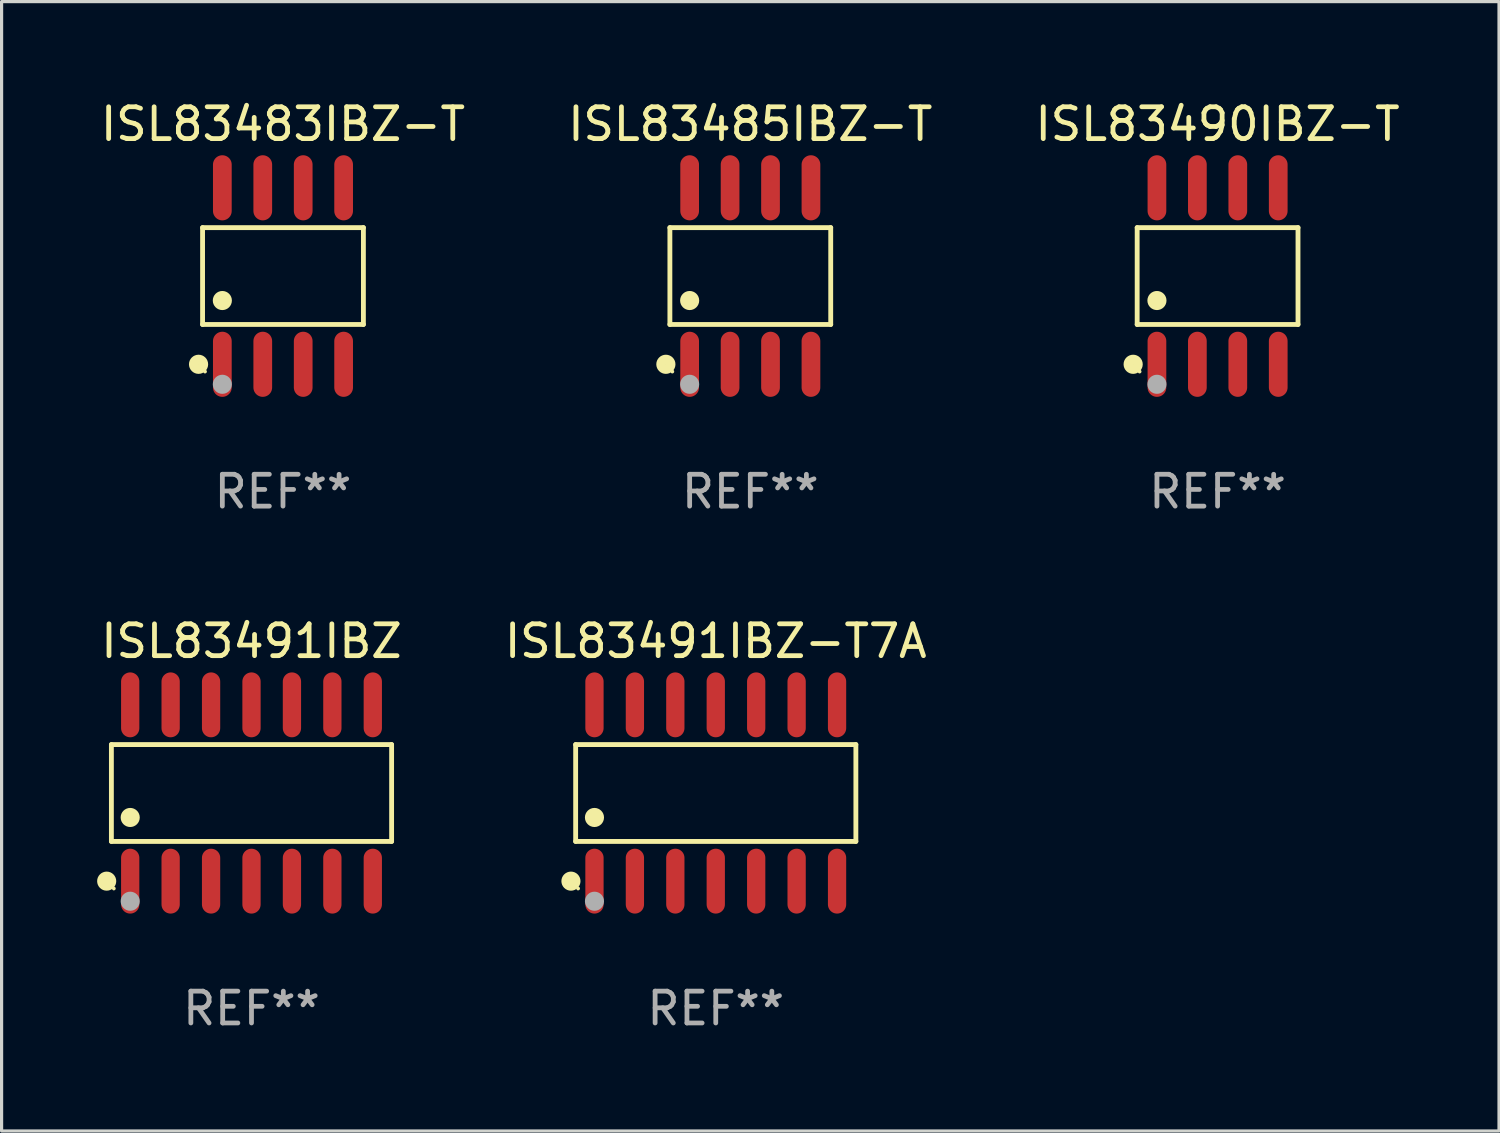
<source format=kicad_pcb>
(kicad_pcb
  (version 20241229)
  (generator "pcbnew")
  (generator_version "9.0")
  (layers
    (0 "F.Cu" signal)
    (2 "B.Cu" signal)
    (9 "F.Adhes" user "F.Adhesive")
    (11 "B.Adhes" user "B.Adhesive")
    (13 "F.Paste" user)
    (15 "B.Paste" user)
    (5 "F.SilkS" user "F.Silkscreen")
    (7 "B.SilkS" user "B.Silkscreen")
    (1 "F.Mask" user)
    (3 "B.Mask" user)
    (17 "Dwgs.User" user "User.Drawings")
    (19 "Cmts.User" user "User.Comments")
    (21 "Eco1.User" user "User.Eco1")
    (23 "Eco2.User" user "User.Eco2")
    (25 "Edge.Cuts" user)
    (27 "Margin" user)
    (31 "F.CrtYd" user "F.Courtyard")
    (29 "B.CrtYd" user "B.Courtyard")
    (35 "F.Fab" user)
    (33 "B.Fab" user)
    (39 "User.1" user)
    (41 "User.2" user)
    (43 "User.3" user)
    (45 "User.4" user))
  (footprint "ISL83483IBZ-T"
    (layer "F.Cu")
    (at 5.839 5.621)
    (property "Reference" "ISL83483IBZ-T" (at 0 -4.772 0) (layer "F.SilkS") (effects (font (size 1 1) (thickness 0.15))))
    (attr through_hole)
    (fp_line (start -2.526 -1.521) (end 2.526 -1.521) (stroke (width 0.152) (type solid)) (layer "F.SilkS"))
    (fp_line (start -2.526 1.521) (end -2.526 -1.521) (stroke (width 0.152) (type solid)) (layer "F.SilkS"))
    (fp_line (start 2.526 -1.521) (end 2.526 1.521) (stroke (width 0.152) (type solid)) (layer "F.SilkS"))
    (fp_line (start 2.526 1.521) (end -2.526 1.521) (stroke (width 0.152) (type solid)) (layer "F.SilkS"))
    (fp_circle (center -2.652 2.772) (end -2.501 2.772) (stroke (width 0.3) (type solid)) (fill no) (layer "F.SilkS"))
    (fp_circle (center -2.45 3) (end -2.42 3) (stroke (width 0.06) (type solid)) (fill no) (layer "F.SilkS"))
    (fp_circle (center -1.905 0.769) (end -1.755 0.769) (stroke (width 0.3) (type solid)) (fill no) (layer "F.SilkS"))
    (fp_circle (center -1.905 3.4) (end -1.755 3.4) (stroke (width 0.3) (type solid)) (fill no) (layer "F.Fab"))
    (fp_text user "REF**" (at 0 6.772 0) (layer "F.Fab") (effects (font (size 1 1) (thickness 0.15))))
    (pad "1" smd oval (at -1.905 2.772) (size 0.588 2.045) (layers "F.Cu" "F.Mask" "F.Paste"))
    (pad "2" smd oval (at -0.635 2.772) (size 0.588 2.045) (layers "F.Cu" "F.Mask" "F.Paste"))
    (pad "3" smd oval (at 0.635 2.772) (size 0.588 2.045) (layers "F.Cu" "F.Mask" "F.Paste"))
    (pad "4" smd oval (at 1.905 2.772) (size 0.588 2.045) (layers "F.Cu" "F.Mask" "F.Paste"))
    (pad "5" smd oval (at 1.905 -2.772) (size 0.588 2.045) (layers "F.Cu" "F.Mask" "F.Paste"))
    (pad "6" smd oval (at 0.635 -2.772) (size 0.588 2.045) (layers "F.Cu" "F.Mask" "F.Paste"))
    (pad "7" smd oval (at -0.635 -2.772) (size 0.588 2.045) (layers "F.Cu" "F.Mask" "F.Paste"))
    (pad "8" smd oval (at -1.905 -2.772) (size 0.588 2.045) (layers "F.Cu" "F.Mask" "F.Paste")))
  (footprint "ISL83491IBZ-T7A"
    (layer "F.Cu")
    (at 19.433 21.859)
    (property "Reference" "ISL83491IBZ-T7A" (at 0 -4.769 0) (layer "F.SilkS") (effects (font (size 1 1) (thickness 0.15))))
    (attr through_hole)
    (fp_line (start -4.401 -1.521) (end 4.401 -1.521) (stroke (width 0.152) (type solid)) (layer "F.SilkS"))
    (fp_line (start -4.401 1.521) (end -4.401 -1.521) (stroke (width 0.152) (type solid)) (layer "F.SilkS"))
    (fp_line (start 4.401 -1.521) (end 4.401 1.521) (stroke (width 0.152) (type solid)) (layer "F.SilkS"))
    (fp_line (start 4.401 1.521) (end -4.401 1.521) (stroke (width 0.152) (type solid)) (layer "F.SilkS"))
    (fp_circle (center -4.549 2.769) (end -4.399 2.769) (stroke (width 0.3) (type solid)) (fill no) (layer "F.SilkS"))
    (fp_circle (center -4.325 3) (end -4.295 3) (stroke (width 0.06) (type solid)) (fill no) (layer "F.SilkS"))
    (fp_circle (center -3.81 0.769) (end -3.66 0.769) (stroke (width 0.3) (type solid)) (fill no) (layer "F.SilkS"))
    (fp_circle (center -3.81 3.4) (end -3.66 3.4) (stroke (width 0.3) (type solid)) (fill no) (layer "F.Fab"))
    (fp_text user "REF**" (at 0 6.769 0) (layer "F.Fab") (effects (font (size 1 1) (thickness 0.15))))
    (pad "1" smd oval (at -3.81 2.769) (size 0.574 2.038) (layers "F.Cu" "F.Mask" "F.Paste"))
    (pad "2" smd oval (at -2.54 2.769) (size 0.574 2.038) (layers "F.Cu" "F.Mask" "F.Paste"))
    (pad "3" smd oval (at -1.27 2.769) (size 0.574 2.038) (layers "F.Cu" "F.Mask" "F.Paste"))
    (pad "4" smd oval (at 0 2.769) (size 0.574 2.038) (layers "F.Cu" "F.Mask" "F.Paste"))
    (pad "5" smd oval (at 1.27 2.769) (size 0.574 2.038) (layers "F.Cu" "F.Mask" "F.Paste"))
    (pad "6" smd oval (at 2.54 2.769) (size 0.574 2.038) (layers "F.Cu" "F.Mask" "F.Paste"))
    (pad "7" smd oval (at 3.81 2.769) (size 0.574 2.038) (layers "F.Cu" "F.Mask" "F.Paste"))
    (pad "8" smd oval (at 3.81 -2.769) (size 0.574 2.038) (layers "F.Cu" "F.Mask" "F.Paste"))
    (pad "9" smd oval (at 2.54 -2.769) (size 0.574 2.038) (layers "F.Cu" "F.Mask" "F.Paste"))
    (pad "10" smd oval (at 1.27 -2.769) (size 0.574 2.038) (layers "F.Cu" "F.Mask" "F.Paste"))
    (pad "11" smd oval (at 0 -2.769) (size 0.574 2.038) (layers "F.Cu" "F.Mask" "F.Paste"))
    (pad "12" smd oval (at -1.27 -2.769) (size 0.574 2.038) (layers "F.Cu" "F.Mask" "F.Paste"))
    (pad "13" smd oval (at -2.54 -2.769) (size 0.574 2.038) (layers "F.Cu" "F.Mask" "F.Paste"))
    (pad "14" smd oval (at -3.81 -2.769) (size 0.574 2.038) (layers "F.Cu" "F.Mask" "F.Paste")))
  (footprint "ISL83485IBZ-T"
    (layer "F.Cu")
    (at 20.518 5.621)
    (property "Reference" "ISL83485IBZ-T" (at 0 -4.772 0) (layer "F.SilkS") (effects (font (size 1 1) (thickness 0.15))))
    (attr through_hole)
    (fp_line (start -2.526 -1.521) (end 2.526 -1.521) (stroke (width 0.152) (type solid)) (layer "F.SilkS"))
    (fp_line (start -2.526 1.521) (end -2.526 -1.521) (stroke (width 0.152) (type solid)) (layer "F.SilkS"))
    (fp_line (start 2.526 -1.521) (end 2.526 1.521) (stroke (width 0.152) (type solid)) (layer "F.SilkS"))
    (fp_line (start 2.526 1.521) (end -2.526 1.521) (stroke (width 0.152) (type solid)) (layer "F.SilkS"))
    (fp_circle (center -2.652 2.772) (end -2.501 2.772) (stroke (width 0.3) (type solid)) (fill no) (layer "F.SilkS"))
    (fp_circle (center -2.45 3) (end -2.42 3) (stroke (width 0.06) (type solid)) (fill no) (layer "F.SilkS"))
    (fp_circle (center -1.905 0.769) (end -1.755 0.769) (stroke (width 0.3) (type solid)) (fill no) (layer "F.SilkS"))
    (fp_circle (center -1.905 3.4) (end -1.755 3.4) (stroke (width 0.3) (type solid)) (fill no) (layer "F.Fab"))
    (fp_text user "REF**" (at 0 6.772 0) (layer "F.Fab") (effects (font (size 1 1) (thickness 0.15))))
    (pad "1" smd oval (at -1.905 2.772) (size 0.588 2.045) (layers "F.Cu" "F.Mask" "F.Paste"))
    (pad "2" smd oval (at -0.635 2.772) (size 0.588 2.045) (layers "F.Cu" "F.Mask" "F.Paste"))
    (pad "3" smd oval (at 0.635 2.772) (size 0.588 2.045) (layers "F.Cu" "F.Mask" "F.Paste"))
    (pad "4" smd oval (at 1.905 2.772) (size 0.588 2.045) (layers "F.Cu" "F.Mask" "F.Paste"))
    (pad "5" smd oval (at 1.905 -2.772) (size 0.588 2.045) (layers "F.Cu" "F.Mask" "F.Paste"))
    (pad "6" smd oval (at 0.635 -2.772) (size 0.588 2.045) (layers "F.Cu" "F.Mask" "F.Paste"))
    (pad "7" smd oval (at -0.635 -2.772) (size 0.588 2.045) (layers "F.Cu" "F.Mask" "F.Paste"))
    (pad "8" smd oval (at -1.905 -2.772) (size 0.588 2.045) (layers "F.Cu" "F.Mask" "F.Paste")))
  (footprint "ISL83491IBZ"
    (layer "F.Cu")
    (at 4.85 21.859)
    (property "Reference" "ISL83491IBZ" (at 0 -4.769 0) (layer "F.SilkS") (effects (font (size 1 1) (thickness 0.15))))
    (attr through_hole)
    (fp_line (start -4.401 -1.521) (end 4.401 -1.521) (stroke (width 0.152) (type solid)) (layer "F.SilkS"))
    (fp_line (start -4.401 1.521) (end -4.401 -1.521) (stroke (width 0.152) (type solid)) (layer "F.SilkS"))
    (fp_line (start 4.401 -1.521) (end 4.401 1.521) (stroke (width 0.152) (type solid)) (layer "F.SilkS"))
    (fp_line (start 4.401 1.521) (end -4.401 1.521) (stroke (width 0.152) (type solid)) (layer "F.SilkS"))
    (fp_circle (center -4.549 2.769) (end -4.399 2.769) (stroke (width 0.3) (type solid)) (fill no) (layer "F.SilkS"))
    (fp_circle (center -4.325 3) (end -4.295 3) (stroke (width 0.06) (type solid)) (fill no) (layer "F.SilkS"))
    (fp_circle (center -3.81 0.769) (end -3.66 0.769) (stroke (width 0.3) (type solid)) (fill no) (layer "F.SilkS"))
    (fp_circle (center -3.81 3.4) (end -3.66 3.4) (stroke (width 0.3) (type solid)) (fill no) (layer "F.Fab"))
    (fp_text user "REF**" (at 0 6.769 0) (layer "F.Fab") (effects (font (size 1 1) (thickness 0.15))))
    (pad "1" smd oval (at -3.81 2.769) (size 0.574 2.038) (layers "F.Cu" "F.Mask" "F.Paste"))
    (pad "2" smd oval (at -2.54 2.769) (size 0.574 2.038) (layers "F.Cu" "F.Mask" "F.Paste"))
    (pad "3" smd oval (at -1.27 2.769) (size 0.574 2.038) (layers "F.Cu" "F.Mask" "F.Paste"))
    (pad "4" smd oval (at 0 2.769) (size 0.574 2.038) (layers "F.Cu" "F.Mask" "F.Paste"))
    (pad "5" smd oval (at 1.27 2.769) (size 0.574 2.038) (layers "F.Cu" "F.Mask" "F.Paste"))
    (pad "6" smd oval (at 2.54 2.769) (size 0.574 2.038) (layers "F.Cu" "F.Mask" "F.Paste"))
    (pad "7" smd oval (at 3.81 2.769) (size 0.574 2.038) (layers "F.Cu" "F.Mask" "F.Paste"))
    (pad "8" smd oval (at 3.81 -2.769) (size 0.574 2.038) (layers "F.Cu" "F.Mask" "F.Paste"))
    (pad "9" smd oval (at 2.54 -2.769) (size 0.574 2.038) (layers "F.Cu" "F.Mask" "F.Paste"))
    (pad "10" smd oval (at 1.27 -2.769) (size 0.574 2.038) (layers "F.Cu" "F.Mask" "F.Paste"))
    (pad "11" smd oval (at 0 -2.769) (size 0.574 2.038) (layers "F.Cu" "F.Mask" "F.Paste"))
    (pad "12" smd oval (at -1.27 -2.769) (size 0.574 2.038) (layers "F.Cu" "F.Mask" "F.Paste"))
    (pad "13" smd oval (at -2.54 -2.769) (size 0.574 2.038) (layers "F.Cu" "F.Mask" "F.Paste"))
    (pad "14" smd oval (at -3.81 -2.769) (size 0.574 2.038) (layers "F.Cu" "F.Mask" "F.Paste")))
  (footprint "ISL83490IBZ-T"
    (layer "F.Cu")
    (at 35.196 5.621)
    (property "Reference" "ISL83490IBZ-T" (at 0 -4.772 0) (layer "F.SilkS") (effects (font (size 1 1) (thickness 0.15))))
    (attr through_hole)
    (fp_line (start -2.526 -1.521) (end 2.526 -1.521) (stroke (width 0.152) (type solid)) (layer "F.SilkS"))
    (fp_line (start -2.526 1.521) (end -2.526 -1.521) (stroke (width 0.152) (type solid)) (layer "F.SilkS"))
    (fp_line (start 2.526 -1.521) (end 2.526 1.521) (stroke (width 0.152) (type solid)) (layer "F.SilkS"))
    (fp_line (start 2.526 1.521) (end -2.526 1.521) (stroke (width 0.152) (type solid)) (layer "F.SilkS"))
    (fp_circle (center -2.652 2.772) (end -2.501 2.772) (stroke (width 0.3) (type solid)) (fill no) (layer "F.SilkS"))
    (fp_circle (center -2.45 3) (end -2.42 3) (stroke (width 0.06) (type solid)) (fill no) (layer "F.SilkS"))
    (fp_circle (center -1.905 0.769) (end -1.755 0.769) (stroke (width 0.3) (type solid)) (fill no) (layer "F.SilkS"))
    (fp_circle (center -1.905 3.4) (end -1.755 3.4) (stroke (width 0.3) (type solid)) (fill no) (layer "F.Fab"))
    (fp_text user "REF**" (at 0 6.772 0) (layer "F.Fab") (effects (font (size 1 1) (thickness 0.15))))
    (pad "1" smd oval (at -1.905 2.772) (size 0.588 2.045) (layers "F.Cu" "F.Mask" "F.Paste"))
    (pad "2" smd oval (at -0.635 2.772) (size 0.588 2.045) (layers "F.Cu" "F.Mask" "F.Paste"))
    (pad "3" smd oval (at 0.635 2.772) (size 0.588 2.045) (layers "F.Cu" "F.Mask" "F.Paste"))
    (pad "4" smd oval (at 1.905 2.772) (size 0.588 2.045) (layers "F.Cu" "F.Mask" "F.Paste"))
    (pad "5" smd oval (at 1.905 -2.772) (size 0.588 2.045) (layers "F.Cu" "F.Mask" "F.Paste"))
    (pad "6" smd oval (at 0.635 -2.772) (size 0.588 2.045) (layers "F.Cu" "F.Mask" "F.Paste"))
    (pad "7" smd oval (at -0.635 -2.772) (size 0.588 2.045) (layers "F.Cu" "F.Mask" "F.Paste"))
    (pad "8" smd oval (at -1.905 -2.772) (size 0.588 2.045) (layers "F.Cu" "F.Mask" "F.Paste")))
  (gr_rect
    (start -3 -3)
    (end 44.036 32.476)
    (stroke (width 0.1) (type default))
    (fill no)
    (layer "Edge.Cuts")))
</source>
